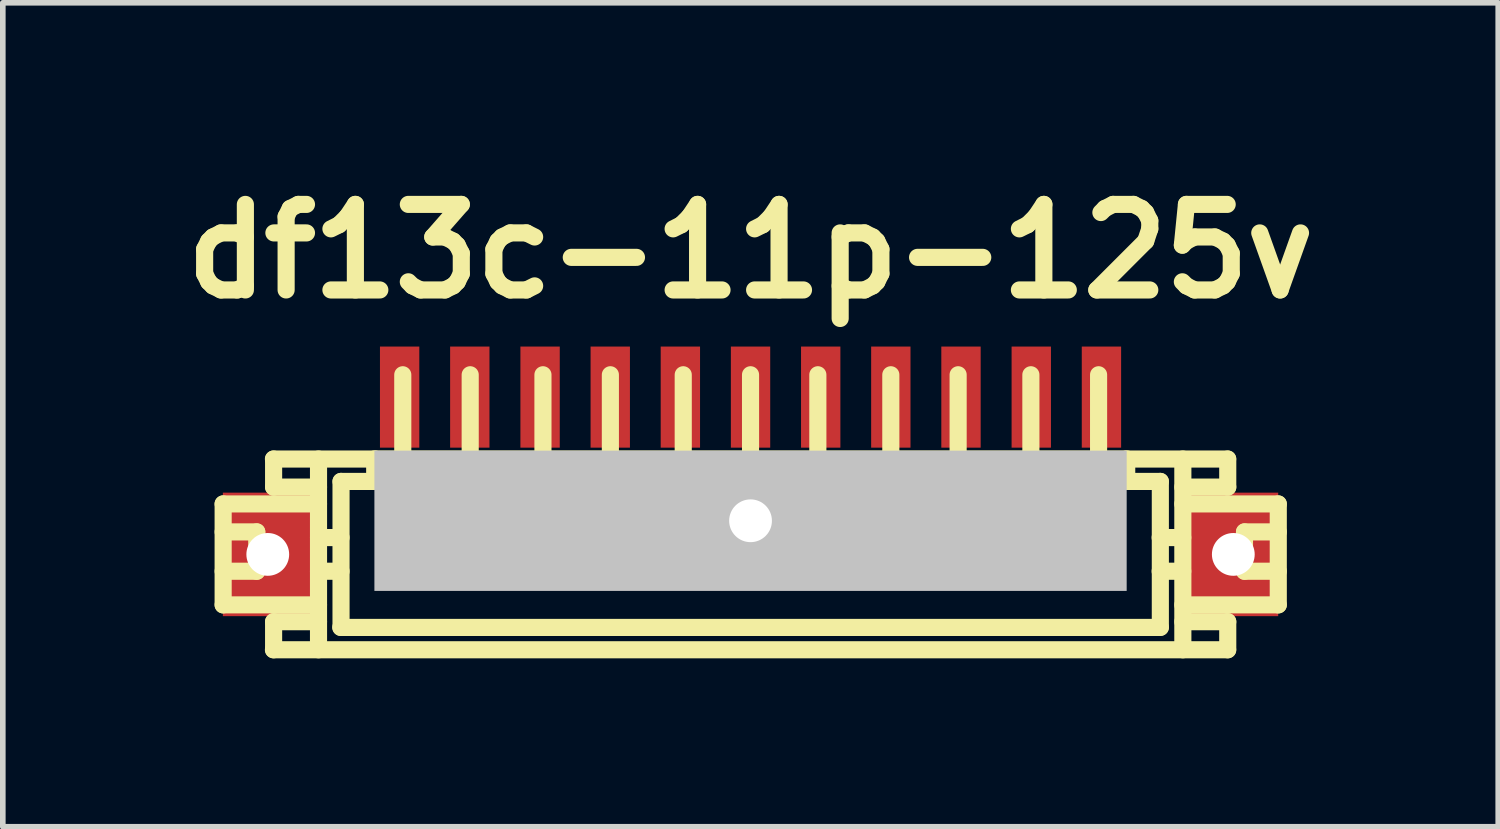
<source format=kicad_pcb>
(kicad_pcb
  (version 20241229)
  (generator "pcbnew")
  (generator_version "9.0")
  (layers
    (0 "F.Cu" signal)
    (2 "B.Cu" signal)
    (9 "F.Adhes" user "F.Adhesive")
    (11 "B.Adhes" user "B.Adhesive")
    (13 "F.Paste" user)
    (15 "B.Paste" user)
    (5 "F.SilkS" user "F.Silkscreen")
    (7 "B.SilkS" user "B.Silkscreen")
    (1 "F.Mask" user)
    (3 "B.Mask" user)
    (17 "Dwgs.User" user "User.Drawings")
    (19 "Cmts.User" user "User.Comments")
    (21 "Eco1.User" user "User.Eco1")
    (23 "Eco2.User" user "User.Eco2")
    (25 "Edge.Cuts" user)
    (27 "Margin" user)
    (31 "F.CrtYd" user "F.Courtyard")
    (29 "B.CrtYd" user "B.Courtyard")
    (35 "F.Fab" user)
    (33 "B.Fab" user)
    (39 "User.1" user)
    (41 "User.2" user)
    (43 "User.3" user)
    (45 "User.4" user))
  (footprint "df13c-11p-125v"
    (layer "F.Cu")
    (at 10.32 6.026)
    (property "Reference" "df13c-11p-125v" (at 0 -4.6 0) (layer "F.SilkS") (effects (font (size 1.524 1.524) (thickness 0.305))))
    (attr through_hole)
    (fp_line (start -9.395 -0.099) (end -7.696 -0.099) (stroke (width 0.305) (type solid)) (layer "F.SilkS"))
    (fp_line (start -9.395 0.399) (end -8.796 0.399) (stroke (width 0.305) (type solid)) (layer "F.SilkS"))
    (fp_line (start -9.395 1.699) (end -9.395 -0.099) (stroke (width 0.305) (type solid)) (layer "F.SilkS"))
    (fp_line (start -9.395 1.699) (end -7.696 1.699) (stroke (width 0.305) (type solid)) (layer "F.SilkS"))
    (fp_line (start -8.796 0.399) (end -8.796 1.1) (stroke (width 0.305) (type solid)) (layer "F.SilkS"))
    (fp_line (start -8.796 1.1) (end -9.395 1.1) (stroke (width 0.305) (type solid)) (layer "F.SilkS"))
    (fp_line (start -8.499 -0.899) (end 8.499 -0.899) (stroke (width 0.305) (type solid)) (layer "F.SilkS"))
    (fp_line (start -8.499 2.499) (end 8.499 2.499) (stroke (width 0.305) (type solid)) (layer "F.SilkS"))
    (fp_line (start -8.496 -0.399) (end -8.496 -0.899) (stroke (width 0.305) (type solid)) (layer "F.SilkS"))
    (fp_line (start -8.496 2.499) (end -8.496 1.999) (stroke (width 0.305) (type solid)) (layer "F.SilkS"))
    (fp_line (start -7.696 -0.899) (end -7.696 2.499) (stroke (width 0.305) (type solid)) (layer "F.SilkS"))
    (fp_line (start -7.696 -0.399) (end -8.496 -0.399) (stroke (width 0.305) (type solid)) (layer "F.SilkS"))
    (fp_line (start -7.696 0.5) (end -7.295 0.5) (stroke (width 0.305) (type solid)) (layer "F.SilkS"))
    (fp_line (start -7.696 1.1) (end -7.295 1.1) (stroke (width 0.305) (type solid)) (layer "F.SilkS"))
    (fp_line (start -7.696 1.999) (end -8.496 1.999) (stroke (width 0.305) (type solid)) (layer "F.SilkS"))
    (fp_line (start -7.295 -0.5) (end -6.695 -0.5) (stroke (width 0.305) (type solid)) (layer "F.SilkS"))
    (fp_line (start -7.295 2.101) (end -7.295 -0.5) (stroke (width 0.305) (type solid)) (layer "F.SilkS"))
    (fp_line (start -6.695 -0.902) (end -6.695 -0.5) (stroke (width 0.305) (type solid)) (layer "F.SilkS"))
    (fp_line (start -6.297 0.998) (end -6.297 1.199) (stroke (width 0.305) (type solid)) (layer "F.SilkS"))
    (fp_line (start -6.297 1.199) (end -6.096 1.199) (stroke (width 0.305) (type solid)) (layer "F.SilkS"))
    (fp_line (start -6.195 -0.902) (end -6.195 -2.4) (stroke (width 0.305) (type solid)) (layer "F.SilkS"))
    (fp_line (start -6.096 0.998) (end -6.297 0.998) (stroke (width 0.305) (type solid)) (layer "F.SilkS"))
    (fp_line (start -6.096 1.199) (end -6.096 0.998) (stroke (width 0.305) (type solid)) (layer "F.SilkS"))
    (fp_line (start -5.1 1.001) (end -4.902 1.001) (stroke (width 0.305) (type solid)) (layer "F.SilkS"))
    (fp_line (start -5.1 1.199) (end -5.1 1.001) (stroke (width 0.305) (type solid)) (layer "F.SilkS"))
    (fp_line (start -4.994 -0.899) (end -4.994 -2.4) (stroke (width 0.305) (type solid)) (layer "F.SilkS"))
    (fp_line (start -4.902 1.001) (end -4.902 1.199) (stroke (width 0.305) (type solid)) (layer "F.SilkS"))
    (fp_line (start -4.902 1.199) (end -5.1 1.199) (stroke (width 0.305) (type solid)) (layer "F.SilkS"))
    (fp_line (start -3.797 1.001) (end -3.599 1.001) (stroke (width 0.305) (type solid)) (layer "F.SilkS"))
    (fp_line (start -3.797 1.199) (end -3.797 1.001) (stroke (width 0.305) (type solid)) (layer "F.SilkS"))
    (fp_line (start -3.698 -2.4) (end -3.698 -0.899) (stroke (width 0.305) (type solid)) (layer "F.SilkS"))
    (fp_line (start -3.599 1.001) (end -3.599 1.199) (stroke (width 0.305) (type solid)) (layer "F.SilkS"))
    (fp_line (start -3.599 1.199) (end -3.797 1.199) (stroke (width 0.305) (type solid)) (layer "F.SilkS"))
    (fp_line (start -2.598 1.001) (end -2.4 1.001) (stroke (width 0.305) (type solid)) (layer "F.SilkS"))
    (fp_line (start -2.598 1.199) (end -2.598 1.001) (stroke (width 0.305) (type solid)) (layer "F.SilkS"))
    (fp_line (start -2.497 -0.899) (end -2.497 -2.4) (stroke (width 0.305) (type solid)) (layer "F.SilkS"))
    (fp_line (start -2.4 1.001) (end -2.4 1.199) (stroke (width 0.305) (type solid)) (layer "F.SilkS"))
    (fp_line (start -2.4 1.199) (end -2.598 1.199) (stroke (width 0.305) (type solid)) (layer "F.SilkS"))
    (fp_line (start -1.298 1.001) (end -1.1 1.001) (stroke (width 0.305) (type solid)) (layer "F.SilkS"))
    (fp_line (start -1.298 1.199) (end -1.298 1.001) (stroke (width 0.305) (type solid)) (layer "F.SilkS"))
    (fp_line (start -1.199 -0.899) (end -1.199 -2.4) (stroke (width 0.305) (type solid)) (layer "F.SilkS"))
    (fp_line (start -1.1 1.001) (end -1.1 1.199) (stroke (width 0.305) (type solid)) (layer "F.SilkS"))
    (fp_line (start -1.1 1.199) (end -1.298 1.199) (stroke (width 0.305) (type solid)) (layer "F.SilkS"))
    (fp_line (start -0.099 1.001) (end 0.099 1.001) (stroke (width 0.305) (type solid)) (layer "F.SilkS"))
    (fp_line (start -0.099 1.199) (end -0.099 1.001) (stroke (width 0.305) (type solid)) (layer "F.SilkS"))
    (fp_line (start 0 -2.4) (end 0 -0.899) (stroke (width 0.305) (type solid)) (layer "F.SilkS"))
    (fp_line (start 0.099 1.001) (end 0.099 1.199) (stroke (width 0.305) (type solid)) (layer "F.SilkS"))
    (fp_line (start 0.099 1.199) (end -0.099 1.199) (stroke (width 0.305) (type solid)) (layer "F.SilkS"))
    (fp_line (start 1.102 1.001) (end 1.3 1.001) (stroke (width 0.305) (type solid)) (layer "F.SilkS"))
    (fp_line (start 1.102 1.199) (end 1.102 1.001) (stroke (width 0.305) (type solid)) (layer "F.SilkS"))
    (fp_line (start 1.199 -2.4) (end 1.199 -0.899) (stroke (width 0.305) (type solid)) (layer "F.SilkS"))
    (fp_line (start 1.3 1.001) (end 1.3 1.199) (stroke (width 0.305) (type solid)) (layer "F.SilkS"))
    (fp_line (start 1.3 1.199) (end 1.102 1.199) (stroke (width 0.305) (type solid)) (layer "F.SilkS"))
    (fp_line (start 2.398 1.001) (end 2.598 1.001) (stroke (width 0.305) (type solid)) (layer "F.SilkS"))
    (fp_line (start 2.398 1.199) (end 2.398 1.001) (stroke (width 0.305) (type solid)) (layer "F.SilkS"))
    (fp_line (start 2.499 -2.4) (end 2.499 -0.899) (stroke (width 0.305) (type solid)) (layer "F.SilkS"))
    (fp_line (start 2.598 1.001) (end 2.598 1.199) (stroke (width 0.305) (type solid)) (layer "F.SilkS"))
    (fp_line (start 2.598 1.199) (end 2.398 1.199) (stroke (width 0.305) (type solid)) (layer "F.SilkS"))
    (fp_line (start 3.597 1.001) (end 3.795 1.001) (stroke (width 0.305) (type solid)) (layer "F.SilkS"))
    (fp_line (start 3.597 1.199) (end 3.597 1.001) (stroke (width 0.305) (type solid)) (layer "F.SilkS"))
    (fp_line (start 3.698 -0.899) (end 3.698 -2.4) (stroke (width 0.305) (type solid)) (layer "F.SilkS"))
    (fp_line (start 3.795 1.001) (end 3.795 1.199) (stroke (width 0.305) (type solid)) (layer "F.SilkS"))
    (fp_line (start 3.795 1.199) (end 3.597 1.199) (stroke (width 0.305) (type solid)) (layer "F.SilkS"))
    (fp_line (start 4.9 0.998) (end 5.1 0.998) (stroke (width 0.305) (type solid)) (layer "F.SilkS"))
    (fp_line (start 4.9 1.199) (end 4.9 0.998) (stroke (width 0.305) (type solid)) (layer "F.SilkS"))
    (fp_line (start 4.994 -0.899) (end 4.994 -2.4) (stroke (width 0.305) (type solid)) (layer "F.SilkS"))
    (fp_line (start 5.1 0.998) (end 5.1 1.199) (stroke (width 0.305) (type solid)) (layer "F.SilkS"))
    (fp_line (start 5.1 1.199) (end 4.9 1.199) (stroke (width 0.305) (type solid)) (layer "F.SilkS"))
    (fp_line (start 6.101 1.001) (end 6.302 1.001) (stroke (width 0.305) (type solid)) (layer "F.SilkS"))
    (fp_line (start 6.101 1.199) (end 6.101 1.001) (stroke (width 0.305) (type solid)) (layer "F.SilkS"))
    (fp_line (start 6.2 -0.902) (end 6.2 -2.4) (stroke (width 0.305) (type solid)) (layer "F.SilkS"))
    (fp_line (start 6.302 1.001) (end 6.302 1.199) (stroke (width 0.305) (type solid)) (layer "F.SilkS"))
    (fp_line (start 6.302 1.199) (end 6.101 1.199) (stroke (width 0.305) (type solid)) (layer "F.SilkS"))
    (fp_line (start 6.701 -0.5) (end 6.701 -0.902) (stroke (width 0.305) (type solid)) (layer "F.SilkS"))
    (fp_line (start 7.297 1.1) (end 7.699 1.1) (stroke (width 0.305) (type solid)) (layer "F.SilkS"))
    (fp_line (start 7.3 -0.5) (end 6.701 -0.5) (stroke (width 0.305) (type solid)) (layer "F.SilkS"))
    (fp_line (start 7.3 2.098) (end 7.3 -0.5) (stroke (width 0.305) (type solid)) (layer "F.SilkS"))
    (fp_line (start 7.3 2.101) (end -7.3 2.101) (stroke (width 0.305) (type solid)) (layer "F.SilkS"))
    (fp_line (start 7.699 0.5) (end 7.297 0.5) (stroke (width 0.305) (type solid)) (layer "F.SilkS"))
    (fp_line (start 7.701 -0.899) (end 7.701 2.499) (stroke (width 0.305) (type solid)) (layer "F.SilkS"))
    (fp_line (start 8.501 -0.399) (end 7.701 -0.399) (stroke (width 0.305) (type solid)) (layer "F.SilkS"))
    (fp_line (start 8.501 -0.399) (end 8.501 -0.899) (stroke (width 0.305) (type solid)) (layer "F.SilkS"))
    (fp_line (start 8.501 1.999) (end 7.701 1.999) (stroke (width 0.305) (type solid)) (layer "F.SilkS"))
    (fp_line (start 8.501 2.499) (end 8.501 1.999) (stroke (width 0.305) (type solid)) (layer "F.SilkS"))
    (fp_line (start 8.799 0.399) (end 8.799 1.1) (stroke (width 0.305) (type solid)) (layer "F.SilkS"))
    (fp_line (start 8.801 0.399) (end 9.401 0.399) (stroke (width 0.305) (type solid)) (layer "F.SilkS"))
    (fp_line (start 8.801 1.1) (end 9.401 1.1) (stroke (width 0.305) (type solid)) (layer "F.SilkS"))
    (fp_line (start 9.401 -0.099) (end 7.701 -0.099) (stroke (width 0.305) (type solid)) (layer "F.SilkS"))
    (fp_line (start 9.401 -0.099) (end 9.401 1.699) (stroke (width 0.305) (type solid)) (layer "F.SilkS"))
    (fp_line (start 9.401 1.699) (end 7.701 1.699) (stroke (width 0.305) (type solid)) (layer "F.SilkS"))
    (pad "" np_thru_hole rect (at -8.6 0.8) (size 1.6 2.2) (drill 0.762) (layers "F.Cu" "F.Mask" "F.Paste"))
    (pad "" np_thru_hole rect (at 0 0.201) (size 13.401 2.499) (drill 0.762) (layers "Dwgs.User"))
    (pad "" np_thru_hole rect (at 8.6 0.8) (size 1.6 2.2) (drill 0.762) (layers "F.Cu" "F.Mask" "F.Paste"))
    (pad "1" smd rect (at -6.251 -2.002) (size 0.701 1.801) (layers "F.Cu" "F.Mask" "F.Paste"))
    (pad "2" smd rect (at -5.001 -2.002) (size 0.701 1.801) (layers "F.Cu" "F.Mask" "F.Paste"))
    (pad "3" smd rect (at -3.749 -2.002) (size 0.701 1.801) (layers "F.Cu" "F.Mask" "F.Paste"))
    (pad "4" smd rect (at -2.499 -2.002) (size 0.701 1.801) (layers "F.Cu" "F.Mask" "F.Paste"))
    (pad "5" smd rect (at -1.25 -2.002) (size 0.701 1.801) (layers "F.Cu" "F.Mask" "F.Paste"))
    (pad "6" smd rect (at 0 -2.002) (size 0.701 1.801) (layers "F.Cu" "F.Mask" "F.Paste"))
    (pad "7" smd rect (at 1.25 -2.002) (size 0.701 1.801) (layers "F.Cu" "F.Mask" "F.Paste"))
    (pad "8" smd rect (at 2.499 -2.002) (size 0.701 1.801) (layers "F.Cu" "F.Mask" "F.Paste"))
    (pad "9" smd rect (at 3.749 -2.002) (size 0.701 1.801) (layers "F.Cu" "F.Mask" "F.Paste"))
    (pad "10" smd rect (at 5.001 -2.002) (size 0.701 1.801) (layers "F.Cu" "F.Mask" "F.Paste"))
    (pad "11" smd rect (at 6.251 -2.002) (size 0.701 1.801) (layers "F.Cu" "F.Mask" "F.Paste")))
  (gr_rect
    (start -3 -3)
    (end 23.639 11.678)
    (stroke (width 0.1) (type default))
    (fill no)
    (layer "Edge.Cuts")))
</source>
